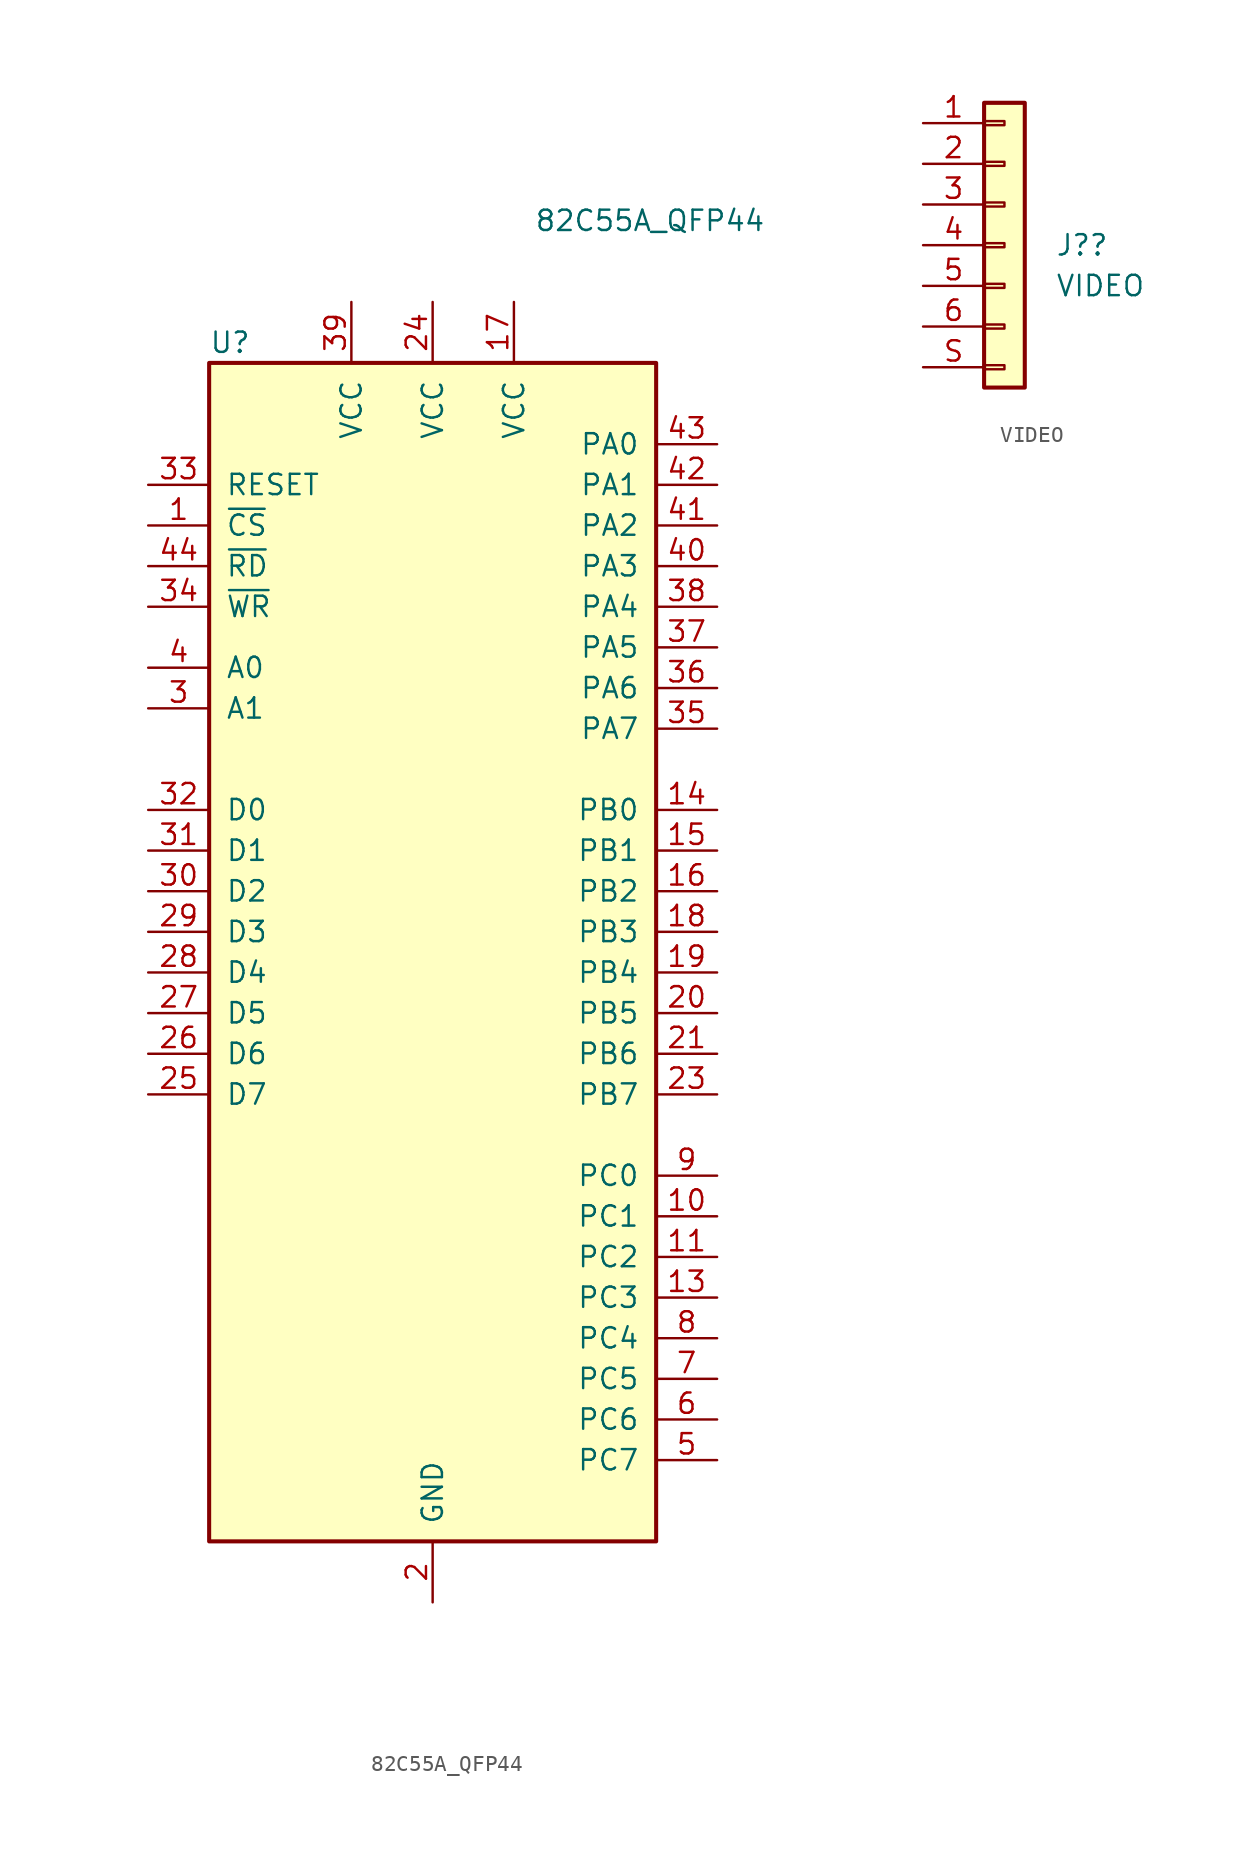
<source format=kicad_sym>
(kicad_symbol_lib
  (version 20211014)
  (generator kicad_symbol_editor)
  (symbol "82C55A_QFP44"
    (pin_names
      (offset 1.016))
    (property "Reference" "U"
      (at -13.97 38.1 0)
      (effects (font (size 1.27 1.27)) (justify left)))
    (property "Value" "82C55A_QFP44"
      (at 6.35 45.72 0)
      (effects (font (size 1.27 1.27)) (justify left)))
    (symbol "82C55A_QFP44_1_1"
      (rectangle (start -13.97 -36.83) (end 13.97 36.83) (stroke (width 0.254) (type default) (color 0 0 0 0)) (fill (type background)))
      (pin input line (at -17.78 26.67 0) (length 3.81) (name "~{CS}" (effects (font (size 1.27 1.27)))) (number "1" (effects (font (size 1.27 1.27)))))
      (pin bidirectional line (at 17.78 -16.51 180) (length 3.81) (name "PC1" (effects (font (size 1.27 1.27)))) (number "10" (effects (font (size 1.27 1.27)))))
      (pin bidirectional line (at 17.78 -19.05 180) (length 3.81) (name "PC2" (effects (font (size 1.27 1.27)))) (number "11" (effects (font (size 1.27 1.27)))))
      (pin no_connect line (at -19.05 -29.21 0) (length 5.08) hide (name "NC" (effects (font (size 1.27 1.27)))) (number "12" (effects (font (size 1.27 1.27)))))
      (pin bidirectional line (at 17.78 -21.59 180) (length 3.81) (name "PC3" (effects (font (size 1.27 1.27)))) (number "13" (effects (font (size 1.27 1.27)))))
      (pin bidirectional line (at 17.78 8.89 180) (length 3.81) (name "PB0" (effects (font (size 1.27 1.27)))) (number "14" (effects (font (size 1.27 1.27)))))
      (pin bidirectional line (at 17.78 6.35 180) (length 3.81) (name "PB1" (effects (font (size 1.27 1.27)))) (number "15" (effects (font (size 1.27 1.27)))))
      (pin bidirectional line (at 17.78 3.81 180) (length 3.81) (name "PB2" (effects (font (size 1.27 1.27)))) (number "16" (effects (font (size 1.27 1.27)))))
      (pin power_in line (at 5.08 40.64 270) (length 3.81) (name "VCC" (effects (font (size 1.27 1.27)))) (number "17" (effects (font (size 1.27 1.27)))))
      (pin bidirectional line (at 17.78 1.27 180) (length 3.81) (name "PB3" (effects (font (size 1.27 1.27)))) (number "18" (effects (font (size 1.27 1.27)))))
      (pin bidirectional line (at 17.78 -1.27 180) (length 3.81) (name "PB4" (effects (font (size 1.27 1.27)))) (number "19" (effects (font (size 1.27 1.27)))))
      (pin power_in line (at 0 -40.64 90) (length 3.81) (name "GND" (effects (font (size 1.27 1.27)))) (number "2" (effects (font (size 1.27 1.27)))))
      (pin bidirectional line (at 17.78 -3.81 180) (length 3.81) (name "PB5" (effects (font (size 1.27 1.27)))) (number "20" (effects (font (size 1.27 1.27)))))
      (pin bidirectional line (at 17.78 -6.35 180) (length 3.81) (name "PB6" (effects (font (size 1.27 1.27)))) (number "21" (effects (font (size 1.27 1.27)))))
      (pin no_connect line (at -19.05 -31.75 0) (length 5.08) hide (name "NC" (effects (font (size 1.27 1.27)))) (number "22" (effects (font (size 1.27 1.27)))))
      (pin bidirectional line (at 17.78 -8.89 180) (length 3.81) (name "PB7" (effects (font (size 1.27 1.27)))) (number "23" (effects (font (size 1.27 1.27)))))
      (pin power_in line (at 0 40.64 270) (length 3.81) (name "VCC" (effects (font (size 1.27 1.27)))) (number "24" (effects (font (size 1.27 1.27)))))
      (pin bidirectional line (at -17.78 -8.89 0) (length 3.81) (name "D7" (effects (font (size 1.27 1.27)))) (number "25" (effects (font (size 1.27 1.27)))))
      (pin bidirectional line (at -17.78 -6.35 0) (length 3.81) (name "D6" (effects (font (size 1.27 1.27)))) (number "26" (effects (font (size 1.27 1.27)))))
      (pin bidirectional line (at -17.78 -3.81 0) (length 3.81) (name "D5" (effects (font (size 1.27 1.27)))) (number "27" (effects (font (size 1.27 1.27)))))
      (pin bidirectional line (at -17.78 -1.27 0) (length 3.81) (name "D4" (effects (font (size 1.27 1.27)))) (number "28" (effects (font (size 1.27 1.27)))))
      (pin bidirectional line (at -17.78 1.27 0) (length 3.81) (name "D3" (effects (font (size 1.27 1.27)))) (number "29" (effects (font (size 1.27 1.27)))))
      (pin input line (at -17.78 15.24 0) (length 3.81) (name "A1" (effects (font (size 1.27 1.27)))) (number "3" (effects (font (size 1.27 1.27)))))
      (pin bidirectional line (at -17.78 3.81 0) (length 3.81) (name "D2" (effects (font (size 1.27 1.27)))) (number "30" (effects (font (size 1.27 1.27)))))
      (pin bidirectional line (at -17.78 6.35 0) (length 3.81) (name "D1" (effects (font (size 1.27 1.27)))) (number "31" (effects (font (size 1.27 1.27)))))
      (pin bidirectional line (at -17.78 8.89 0) (length 3.81) (name "D0" (effects (font (size 1.27 1.27)))) (number "32" (effects (font (size 1.27 1.27)))))
      (pin input line (at -17.78 29.21 0) (length 3.81) (name "RESET" (effects (font (size 1.27 1.27)))) (number "33" (effects (font (size 1.27 1.27)))))
      (pin input line (at -17.78 21.59 0) (length 3.81) (name "~{WR}" (effects (font (size 1.27 1.27)))) (number "34" (effects (font (size 1.27 1.27)))))
      (pin bidirectional line (at 17.78 13.97 180) (length 3.81) (name "PA7" (effects (font (size 1.27 1.27)))) (number "35" (effects (font (size 1.27 1.27)))))
      (pin bidirectional line (at 17.78 16.51 180) (length 3.81) (name "PA6" (effects (font (size 1.27 1.27)))) (number "36" (effects (font (size 1.27 1.27)))))
      (pin bidirectional line (at 17.78 19.05 180) (length 3.81) (name "PA5" (effects (font (size 1.27 1.27)))) (number "37" (effects (font (size 1.27 1.27)))))
      (pin bidirectional line (at 17.78 21.59 180) (length 3.81) (name "PA4" (effects (font (size 1.27 1.27)))) (number "38" (effects (font (size 1.27 1.27)))))
      (pin power_in line (at -5.08 40.64 270) (length 3.81) (name "VCC" (effects (font (size 1.27 1.27)))) (number "39" (effects (font (size 1.27 1.27)))))
      (pin input line (at -17.78 17.78 0) (length 3.81) (name "A0" (effects (font (size 1.27 1.27)))) (number "4" (effects (font (size 1.27 1.27)))))
      (pin bidirectional line (at 17.78 24.13 180) (length 3.81) (name "PA3" (effects (font (size 1.27 1.27)))) (number "40" (effects (font (size 1.27 1.27)))))
      (pin bidirectional line (at 17.78 26.67 180) (length 3.81) (name "PA2" (effects (font (size 1.27 1.27)))) (number "41" (effects (font (size 1.27 1.27)))))
      (pin bidirectional line (at 17.78 29.21 180) (length 3.81) (name "PA1" (effects (font (size 1.27 1.27)))) (number "42" (effects (font (size 1.27 1.27)))))
      (pin bidirectional line (at 17.78 31.75 180) (length 3.81) (name "PA0" (effects (font (size 1.27 1.27)))) (number "43" (effects (font (size 1.27 1.27)))))
      (pin input line (at -17.78 24.13 0) (length 3.81) (name "~{RD}" (effects (font (size 1.27 1.27)))) (number "44" (effects (font (size 1.27 1.27)))))
      (pin bidirectional line (at 17.78 -31.75 180) (length 3.81) (name "PC7" (effects (font (size 1.27 1.27)))) (number "5" (effects (font (size 1.27 1.27)))))
      (pin bidirectional line (at 17.78 -29.21 180) (length 3.81) (name "PC6" (effects (font (size 1.27 1.27)))) (number "6" (effects (font (size 1.27 1.27)))))
      (pin bidirectional line (at 17.78 -26.67 180) (length 3.81) (name "PC5" (effects (font (size 1.27 1.27)))) (number "7" (effects (font (size 1.27 1.27)))))
      (pin bidirectional line (at 17.78 -24.13 180) (length 3.81) (name "PC4" (effects (font (size 1.27 1.27)))) (number "8" (effects (font (size 1.27 1.27)))))
      (pin bidirectional line (at 17.78 -13.97 180) (length 3.81) (name "PC0" (effects (font (size 1.27 1.27)))) (number "9" (effects (font (size 1.27 1.27)))))))
  (symbol "VIDEO"
    (pin_names
      (offset 1.016) hide)
    (property "Reference" "J?"
      (at 3.175 0.0001 0)
      (effects (font (size 1.27 1.27)) (justify left)))
    (property "Value" "VIDEO"
      (at 3.175 -2.54 0)
      (effects (font (size 1.27 1.27)) (justify left)))
    (symbol "VIDEO_1_1"
      (rectangle (start -1.27 -7.493) (end 0 -7.747) (stroke (width 0.152) (type default) (color 0 0 0 0)) (fill (type none)))
      (rectangle (start -1.27 -4.953) (end 0 -5.207) (stroke (width 0.152) (type default) (color 0 0 0 0)) (fill (type none)))
      (rectangle (start -1.27 -2.413) (end 0 -2.667) (stroke (width 0.152) (type default) (color 0 0 0 0)) (fill (type none)))
      (rectangle (start -1.27 0.127) (end 0 -0.127) (stroke (width 0.152) (type default) (color 0 0 0 0)) (fill (type none)))
      (rectangle (start -1.27 2.667) (end 0 2.413) (stroke (width 0.152) (type default) (color 0 0 0 0)) (fill (type none)))
      (rectangle (start -1.27 5.207) (end 0 4.953) (stroke (width 0.152) (type default) (color 0 0 0 0)) (fill (type none)))
      (rectangle (start -1.27 7.747) (end 0 7.493) (stroke (width 0.152) (type default) (color 0 0 0 0)) (fill (type none)))
      (rectangle (start -1.27 8.89) (end 1.27 -8.89) (stroke (width 0.254) (type default) (color 0 0 0 0)) (fill (type background)))
      (pin passive line (at -5.08 7.62 0) (length 3.81) (name "Pin_1" (effects (font (size 1.27 1.27)))) (number "1" (effects (font (size 1.27 1.27)))))
      (pin passive line (at -5.08 5.08 0) (length 3.81) (name "Pin_2" (effects (font (size 1.27 1.27)))) (number "2" (effects (font (size 1.27 1.27)))))
      (pin passive line (at -5.08 2.54 0) (length 3.81) (name "Pin_3" (effects (font (size 1.27 1.27)))) (number "3" (effects (font (size 1.27 1.27)))))
      (pin passive line (at -5.08 0 0) (length 3.81) (name "Pin_4" (effects (font (size 1.27 1.27)))) (number "4" (effects (font (size 1.27 1.27)))))
      (pin passive line (at -5.08 -2.54 0) (length 3.81) (name "Pin_5" (effects (font (size 1.27 1.27)))) (number "5" (effects (font (size 1.27 1.27)))))
      (pin passive line (at -5.08 -5.08 0) (length 3.81) (name "Pin_6" (effects (font (size 1.27 1.27)))) (number "6" (effects (font (size 1.27 1.27)))))
      (pin passive line (at -5.08 -7.62 0) (length 3.81) (name "Shield" (effects (font (size 1.27 1.27)))) (number "S" (effects (font (size 1.27 1.27))))))))
</source>
